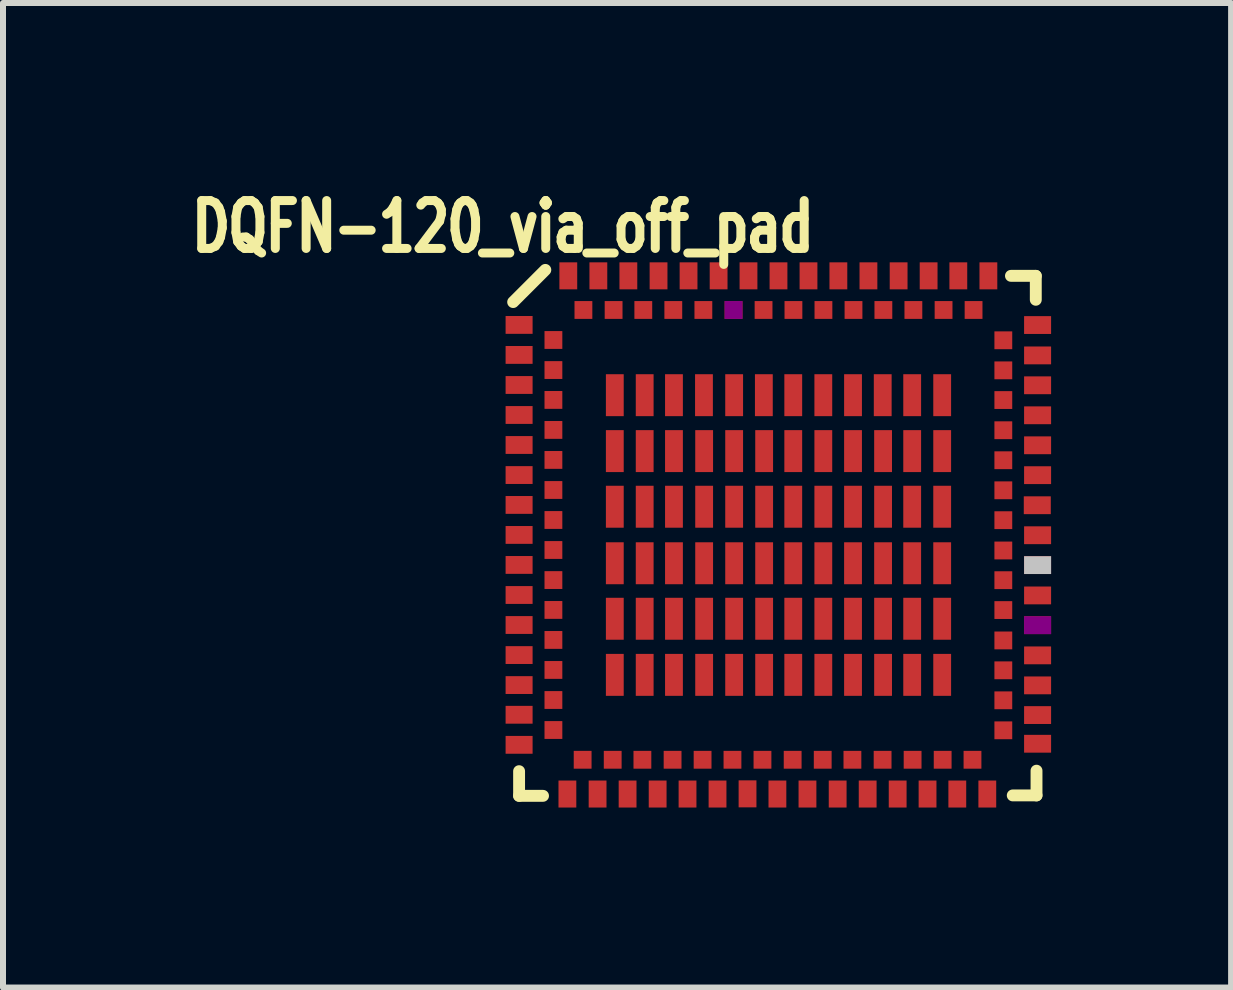
<source format=kicad_pcb>
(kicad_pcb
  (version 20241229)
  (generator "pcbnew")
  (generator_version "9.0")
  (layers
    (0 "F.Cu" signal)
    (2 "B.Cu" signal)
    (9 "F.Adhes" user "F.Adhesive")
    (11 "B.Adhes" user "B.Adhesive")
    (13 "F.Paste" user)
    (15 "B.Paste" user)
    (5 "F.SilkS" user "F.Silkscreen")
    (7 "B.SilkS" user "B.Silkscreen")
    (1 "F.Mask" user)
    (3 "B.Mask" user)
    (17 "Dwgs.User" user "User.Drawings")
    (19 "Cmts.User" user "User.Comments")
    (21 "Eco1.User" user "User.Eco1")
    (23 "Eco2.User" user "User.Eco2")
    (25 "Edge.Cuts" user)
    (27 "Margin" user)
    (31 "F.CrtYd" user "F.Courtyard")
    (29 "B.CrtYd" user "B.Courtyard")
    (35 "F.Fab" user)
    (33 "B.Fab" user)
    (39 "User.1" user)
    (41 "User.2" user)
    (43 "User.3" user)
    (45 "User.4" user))
  (footprint "DQFN-120_via_off_pad"
    (layer "F.Cu")
    (at 5.601 1.547)
    (property "Reference" "DQFN-120_via_off_pad" (at -0.269 -0.818 0) (layer "F.SilkS") (effects (font (size 0.798 0.599) (thickness 0.15))))
    (attr smd)
    (fp_line (start -0.099 0.437) (end 0.437 -0.099) (stroke (width 0.198) (type solid)) (layer "F.SilkS"))
    (fp_line (start 0 8.255) (end 0 8.666) (stroke (width 0.198) (type solid)) (layer "F.SilkS"))
    (fp_line (start 0 8.666) (end 0.399 8.666) (stroke (width 0.198) (type solid)) (layer "F.SilkS"))
    (fp_line (start 8.197 0) (end 8.611 0) (stroke (width 0.198) (type solid)) (layer "F.SilkS"))
    (fp_line (start 8.611 0) (end 8.611 0.399) (stroke (width 0.198) (type solid)) (layer "F.SilkS"))
    (fp_line (start 8.623 8.247) (end 8.623 8.659) (stroke (width 0.198) (type solid)) (layer "F.SilkS"))
    (fp_line (start 8.623 8.659) (end 8.227 8.659) (stroke (width 0.198) (type solid)) (layer "F.SilkS"))
    (pad "1" smd rect (at 0 0.818) (size 0.45 0.297) (layers "F.Cu" "F.Mask" "F.Paste"))
    (pad "2" smd rect (at 0.572 1.069) (size 0.297 0.297) (layers "F.Cu" "F.Mask" "F.Paste"))
    (pad "3" smd rect (at 0 1.318) (size 0.45 0.297) (layers "F.Cu" "F.Mask" "F.Paste"))
    (pad "4" smd rect (at 0.572 1.57) (size 0.297 0.297) (layers "F.Cu" "F.Mask" "F.Paste"))
    (pad "5" smd rect (at 0 1.819) (size 0.45 0.297) (layers "F.Cu" "F.Mask" "F.Paste"))
    (pad "6" smd rect (at 0.572 2.068) (size 0.297 0.297) (layers "F.Cu" "F.Mask" "F.Paste"))
    (pad "7" smd rect (at 0 2.319) (size 0.45 0.297) (layers "F.Cu" "F.Mask" "F.Paste"))
    (pad "8" smd rect (at 0.572 2.568) (size 0.297 0.297) (layers "F.Cu" "F.Mask" "F.Paste"))
    (pad "9" smd rect (at 0 2.819) (size 0.45 0.297) (layers "F.Cu" "F.Mask" "F.Paste"))
    (pad "10" smd rect (at 0.572 3.068) (size 0.297 0.297) (layers "F.Cu" "F.Mask" "F.Paste"))
    (pad "11" smd rect (at 0 3.32) (size 0.45 0.297) (layers "F.Cu" "F.Mask" "F.Paste"))
    (pad "12" smd rect (at 0.572 3.569) (size 0.297 0.297) (layers "F.Cu" "F.Mask" "F.Paste"))
    (pad "13" smd rect (at 0 3.818) (size 0.45 0.297) (layers "F.Cu" "F.Mask" "F.Paste"))
    (pad "14" smd rect (at 0.572 4.069) (size 0.297 0.297) (layers "F.Cu" "F.Mask" "F.Paste"))
    (pad "15" smd rect (at 0 4.318) (size 0.45 0.297) (layers "F.Cu" "F.Mask" "F.Paste"))
    (pad "16" smd rect (at 0.572 4.569) (size 0.297 0.297) (layers "F.Cu" "F.Mask" "F.Paste"))
    (pad "17" smd rect (at 0 4.818) (size 0.45 0.297) (layers "F.Cu" "F.Mask" "F.Paste"))
    (pad "18" smd rect (at 0.572 5.07) (size 0.297 0.297) (layers "F.Cu" "F.Mask" "F.Paste"))
    (pad "19" smd rect (at 0 5.319) (size 0.45 0.297) (layers "F.Cu" "F.Mask" "F.Paste"))
    (pad "20" smd rect (at 0.572 5.568) (size 0.297 0.297) (layers "F.Cu" "F.Mask" "F.Paste"))
    (pad "21" smd rect (at 0 5.819) (size 0.45 0.297) (layers "F.Cu" "F.Mask" "F.Paste"))
    (pad "22" smd rect (at 0.572 6.068) (size 0.297 0.297) (layers "F.Cu" "F.Mask" "F.Paste"))
    (pad "23" smd rect (at 0 6.32) (size 0.45 0.297) (layers "F.Cu" "F.Mask" "F.Paste"))
    (pad "24" smd rect (at 0.572 6.568) (size 0.297 0.297) (layers "F.Cu" "F.Mask" "F.Paste"))
    (pad "25" smd rect (at 0 6.82) (size 0.45 0.297) (layers "F.Cu" "F.Mask" "F.Paste"))
    (pad "26" smd rect (at 0.572 7.069) (size 0.297 0.297) (layers "F.Cu" "F.Mask" "F.Paste"))
    (pad "27" smd rect (at 0 7.315) (size 0.45 0.297) (layers "F.Cu" "F.Mask" "F.Paste"))
    (pad "28" smd rect (at 0.572 7.569) (size 0.297 0.297) (layers "F.Cu" "F.Mask" "F.Paste"))
    (pad "29" smd rect (at 0 7.816) (size 0.45 0.297) (layers "F.Cu" "F.Mask" "F.Paste"))
    (pad "30" smd rect (at 0.805 8.636 90) (size 0.45 0.297) (layers "F.Cu" "F.Mask" "F.Paste"))
    (pad "31" smd rect (at 1.059 8.065 90) (size 0.297 0.297) (layers "F.Cu" "F.Mask" "F.Paste"))
    (pad "32" smd rect (at 1.308 8.636 90) (size 0.45 0.297) (layers "F.Cu" "F.Mask" "F.Paste"))
    (pad "33" smd rect (at 1.56 8.065 90) (size 0.297 0.297) (layers "F.Cu" "F.Mask" "F.Paste"))
    (pad "34" smd rect (at 1.808 8.636 90) (size 0.45 0.297) (layers "F.Cu" "F.Mask" "F.Paste"))
    (pad "35" smd rect (at 2.055 8.065 90) (size 0.297 0.297) (layers "F.Cu" "F.Mask" "F.Paste"))
    (pad "36" smd rect (at 2.309 8.636 90) (size 0.45 0.297) (layers "F.Cu" "F.Mask" "F.Paste"))
    (pad "37" smd rect (at 2.558 8.065 90) (size 0.297 0.297) (layers "F.Cu" "F.Mask" "F.Paste"))
    (pad "38" smd rect (at 2.807 8.636 90) (size 0.45 0.297) (layers "F.Cu" "F.Mask" "F.Paste"))
    (pad "39" smd rect (at 3.058 8.065 90) (size 0.297 0.297) (layers "F.Cu" "F.Mask" "F.Paste"))
    (pad "40" smd rect (at 3.307 8.636 90) (size 0.45 0.297) (layers "F.Cu" "F.Mask" "F.Paste"))
    (pad "41" smd rect (at 3.556 8.065 90) (size 0.297 0.297) (layers "F.Cu" "F.Mask" "F.Paste"))
    (pad "42" smd rect (at 3.807 8.633 90) (size 0.45 0.297) (layers "F.Cu" "F.Mask" "F.Paste"))
    (pad "43" smd rect (at 4.056 8.065 90) (size 0.297 0.297) (layers "F.Cu" "F.Mask" "F.Paste"))
    (pad "44" smd rect (at 4.305 8.636 90) (size 0.45 0.297) (layers "F.Cu" "F.Mask" "F.Paste"))
    (pad "45" smd rect (at 4.559 8.065 90) (size 0.297 0.297) (layers "F.Cu" "F.Mask" "F.Paste"))
    (pad "46" smd rect (at 4.806 8.636 90) (size 0.45 0.297) (layers "F.Cu" "F.Mask" "F.Paste"))
    (pad "47" smd rect (at 5.06 8.065 90) (size 0.297 0.297) (layers "F.Cu" "F.Mask" "F.Paste"))
    (pad "48" smd rect (at 5.309 8.636 90) (size 0.45 0.297) (layers "F.Cu" "F.Mask" "F.Paste"))
    (pad "49" smd rect (at 5.555 8.065 90) (size 0.297 0.297) (layers "F.Cu" "F.Mask" "F.Paste"))
    (pad "50" smd rect (at 5.809 8.636 90) (size 0.45 0.297) (layers "F.Cu" "F.Mask" "F.Paste"))
    (pad "51" smd rect (at 6.058 8.065 90) (size 0.297 0.297) (layers "F.Cu" "F.Mask" "F.Paste"))
    (pad "52" smd rect (at 6.309 8.636 90) (size 0.45 0.297) (layers "F.Cu" "F.Mask" "F.Paste"))
    (pad "53" smd rect (at 6.558 8.065 90) (size 0.297 0.297) (layers "F.Cu" "F.Mask" "F.Paste"))
    (pad "54" smd rect (at 6.807 8.636 90) (size 0.45 0.297) (layers "F.Cu" "F.Mask" "F.Paste"))
    (pad "55" smd rect (at 7.059 8.065 90) (size 0.297 0.297) (layers "F.Cu" "F.Mask" "F.Paste"))
    (pad "56" smd rect (at 7.303 8.636 90) (size 0.45 0.297) (layers "F.Cu" "F.Mask" "F.Paste"))
    (pad "57" smd rect (at 7.556 8.065 90) (size 0.297 0.297) (layers "F.Cu" "F.Mask" "F.Paste"))
    (pad "58" smd rect (at 7.803 8.636 90) (size 0.45 0.297) (layers "F.Cu" "F.Mask" "F.Paste"))
    (pad "59" smd rect (at 8.641 7.798 180) (size 0.45 0.297) (layers "F.Cu" "F.Mask" "F.Paste"))
    (pad "60" smd rect (at 8.07 7.574 180) (size 0.297 0.297) (layers "F.Cu" "F.Mask" "F.Paste"))
    (pad "61" smd rect (at 8.641 7.32 180) (size 0.45 0.297) (layers "F.Cu" "F.Mask" "F.Paste"))
    (pad "62" smd rect (at 8.07 7.074 180) (size 0.297 0.297) (layers "F.Cu" "F.Mask" "F.Paste"))
    (pad "63" smd rect (at 8.641 6.825 180) (size 0.45 0.297) (layers "F.Cu" "F.Mask" "F.Paste"))
    (pad "64" smd rect (at 8.07 6.574 180) (size 0.297 0.297) (layers "F.Cu" "F.Mask" "F.Paste"))
    (pad "65" smd rect (at 8.641 6.325 180) (size 0.45 0.297) (layers "F.Cu" "F.Mask" "F.Paste"))
    (pad "66" smd rect (at 8.07 6.076 180) (size 0.297 0.297) (layers "F.Cu" "F.Mask" "F.Paste"))
    (pad "67" smd rect (at 8.641 5.822 180) (size 0.45 0.297) (layers "F.Cu" "F.Mask" "F.Adhes" "F.Paste"))
    (pad "68" smd rect (at 8.07 5.57 180) (size 0.297 0.297) (layers "F.Cu" "F.Mask" "F.Paste"))
    (pad "69" smd rect (at 8.641 5.326 180) (size 0.45 0.297) (layers "F.Cu" "F.Mask" "F.Paste"))
    (pad "70" smd rect (at 8.07 5.072 180) (size 0.297 0.297) (layers "F.Cu" "F.Mask" "F.Paste"))
    (pad "71" smd rect (at 8.641 4.821 180) (size 0.45 0.297) (layers "F.Cu" "F.Mask" "F.Paste" "Dwgs.User"))
    (pad "72" smd rect (at 8.07 4.577 180) (size 0.297 0.297) (layers "F.Cu" "F.Mask" "F.Paste"))
    (pad "73" smd rect (at 8.641 4.323 180) (size 0.45 0.297) (layers "F.Cu" "F.Mask" "F.Paste"))
    (pad "74" smd rect (at 8.07 4.072 180) (size 0.297 0.297) (layers "F.Cu" "F.Mask" "F.Paste"))
    (pad "75" smd rect (at 8.636 3.823 180) (size 0.45 0.297) (layers "F.Cu" "F.Mask" "F.Paste"))
    (pad "76" smd rect (at 8.07 3.574 180) (size 0.297 0.297) (layers "F.Cu" "F.Mask" "F.Paste"))
    (pad "77" smd rect (at 8.641 3.322 180) (size 0.45 0.297) (layers "F.Cu" "F.Mask" "F.Paste"))
    (pad "78" smd rect (at 8.07 3.073 180) (size 0.297 0.297) (layers "F.Cu" "F.Mask" "F.Paste"))
    (pad "79" smd rect (at 8.641 2.824 180) (size 0.45 0.297) (layers "F.Cu" "F.Mask" "F.Paste"))
    (pad "80" smd rect (at 8.07 2.573 180) (size 0.297 0.297) (layers "F.Cu" "F.Mask" "F.Paste"))
    (pad "81" smd rect (at 8.641 2.324 180) (size 0.45 0.297) (layers "F.Cu" "F.Mask" "F.Paste"))
    (pad "82" smd rect (at 8.07 2.07 180) (size 0.297 0.297) (layers "F.Cu" "F.Mask" "F.Paste"))
    (pad "83" smd rect (at 8.641 1.824 180) (size 0.45 0.297) (layers "F.Cu" "F.Mask" "F.Paste"))
    (pad "84" smd rect (at 8.07 1.575 180) (size 0.297 0.297) (layers "F.Cu" "F.Mask" "F.Paste"))
    (pad "85" smd rect (at 8.641 1.326 180) (size 0.45 0.297) (layers "F.Cu" "F.Mask" "F.Paste"))
    (pad "86" smd rect (at 8.07 1.074 180) (size 0.297 0.297) (layers "F.Cu" "F.Mask" "F.Paste"))
    (pad "87" smd rect (at 8.641 0.82 180) (size 0.45 0.297) (layers "F.Cu" "F.Mask" "F.Paste"))
    (pad "88" smd rect (at 7.821 0 270) (size 0.45 0.297) (layers "F.Cu" "F.Mask" "F.Paste"))
    (pad "89" smd rect (at 7.574 0.569 270) (size 0.297 0.297) (layers "F.Cu" "F.Mask" "F.Paste"))
    (pad "90" smd rect (at 7.32 0 270) (size 0.45 0.297) (layers "F.Cu" "F.Mask" "F.Paste"))
    (pad "91" smd rect (at 7.074 0.569 270) (size 0.297 0.297) (layers "F.Cu" "F.Mask" "F.Paste"))
    (pad "92" smd rect (at 6.825 0 270) (size 0.45 0.297) (layers "F.Cu" "F.Mask" "F.Paste"))
    (pad "93" smd rect (at 6.571 0.569 270) (size 0.297 0.297) (layers "F.Cu" "F.Mask" "F.Paste"))
    (pad "94" smd rect (at 6.325 0 270) (size 0.45 0.297) (layers "F.Cu" "F.Mask" "F.Paste"))
    (pad "95" smd rect (at 6.071 0.569 270) (size 0.297 0.297) (layers "F.Cu" "F.Mask" "F.Paste"))
    (pad "96" smd rect (at 5.822 0 270) (size 0.45 0.297) (layers "F.Cu" "F.Mask" "F.Paste"))
    (pad "97" smd rect (at 5.573 0.569 270) (size 0.297 0.297) (layers "F.Cu" "F.Mask" "F.Paste"))
    (pad "98" smd rect (at 5.321 0 270) (size 0.45 0.297) (layers "F.Cu" "F.Mask" "F.Paste"))
    (pad "99" smd rect (at 5.072 0.569 270) (size 0.297 0.297) (layers "F.Cu" "F.Mask" "F.Paste"))
    (pad "100" smd rect (at 4.823 0 270) (size 0.45 0.297) (layers "F.Cu" "F.Mask" "F.Paste"))
    (pad "101" smd rect (at 4.572 0.569 270) (size 0.297 0.297) (layers "F.Cu" "F.Mask" "F.Paste"))
    (pad "102" smd rect (at 4.323 0 270) (size 0.45 0.297) (layers "F.Cu" "F.Mask" "F.Paste"))
    (pad "103" smd rect (at 4.074 0.569 270) (size 0.297 0.297) (layers "F.Cu" "F.Mask" "F.Paste"))
    (pad "104" smd rect (at 3.823 0 270) (size 0.45 0.297) (layers "F.Cu" "F.Mask" "F.Paste"))
    (pad "105" smd rect (at 3.574 0.569 270) (size 0.297 0.297) (layers "F.Cu" "F.Mask" "F.Adhes" "F.Paste"))
    (pad "106" smd rect (at 3.325 0 270) (size 0.45 0.297) (layers "F.Cu" "F.Mask" "F.Paste"))
    (pad "107" smd rect (at 3.071 0.569 270) (size 0.297 0.297) (layers "F.Cu" "F.Mask" "F.Paste"))
    (pad "108" smd rect (at 2.824 0 270) (size 0.45 0.297) (layers "F.Cu" "F.Mask" "F.Paste"))
    (pad "109" smd rect (at 2.57 0.569 270) (size 0.297 0.297) (layers "F.Cu" "F.Mask" "F.Paste"))
    (pad "110" smd rect (at 2.324 0 270) (size 0.45 0.297) (layers "F.Cu" "F.Mask" "F.Paste"))
    (pad "111" smd rect (at 2.07 0.569 270) (size 0.297 0.297) (layers "F.Cu" "F.Mask" "F.Paste"))
    (pad "112" smd rect (at 1.821 0 270) (size 0.45 0.297) (layers "F.Cu" "F.Mask" "F.Paste"))
    (pad "113" smd rect (at 1.575 0.569 270) (size 0.297 0.297) (layers "F.Cu" "F.Mask" "F.Paste"))
    (pad "114" smd rect (at 1.321 0 270) (size 0.45 0.297) (layers "F.Cu" "F.Mask" "F.Paste"))
    (pad "115" smd rect (at 1.072 0.569 270) (size 0.297 0.297) (layers "F.Cu" "F.Mask" "F.Paste"))
    (pad "116" smd rect (at 0.82 0) (size 0.297 0.45) (layers "F.Cu" "F.Mask" "F.Paste"))
    (pad "117" smd rect (at 1.595 1.989) (size 0.297 0.699) (layers "F.Cu" "F.Mask" "F.Paste"))
    (pad "117" smd rect (at 1.595 2.921) (size 0.297 0.699) (layers "F.Cu" "F.Mask" "F.Paste"))
    (pad "117" smd rect (at 1.595 3.848) (size 0.297 0.699) (layers "F.Cu" "F.Mask" "F.Paste"))
    (pad "117" smd rect (at 1.595 4.79) (size 0.297 0.699) (layers "F.Cu" "F.Mask" "F.Paste"))
    (pad "117" smd rect (at 1.595 5.715) (size 0.297 0.699) (layers "F.Cu" "F.Mask" "F.Paste"))
    (pad "117" smd rect (at 1.595 6.65) (size 0.297 0.699) (layers "F.Cu" "F.Mask" "F.Paste"))
    (pad "117" smd rect (at 2.093 1.989) (size 0.297 0.699) (layers "F.Cu" "F.Mask" "F.Paste"))
    (pad "117" smd rect (at 2.093 2.921) (size 0.297 0.699) (layers "F.Cu" "F.Mask" "F.Paste"))
    (pad "117" smd rect (at 2.093 3.848) (size 0.297 0.699) (layers "F.Cu" "F.Mask" "F.Paste"))
    (pad "117" smd rect (at 2.093 4.79) (size 0.297 0.699) (layers "F.Cu" "F.Mask" "F.Paste"))
    (pad "117" smd rect (at 2.093 5.715) (size 0.297 0.699) (layers "F.Cu" "F.Mask" "F.Paste"))
    (pad "117" smd rect (at 2.093 6.65) (size 0.297 0.699) (layers "F.Cu" "F.Mask" "F.Paste"))
    (pad "117" smd rect (at 2.581 1.989) (size 0.297 0.699) (layers "F.Cu" "F.Mask" "F.Paste"))
    (pad "117" smd rect (at 2.581 2.921) (size 0.297 0.699) (layers "F.Cu" "F.Mask" "F.Paste"))
    (pad "117" smd rect (at 2.581 3.848) (size 0.297 0.699) (layers "F.Cu" "F.Mask" "F.Paste"))
    (pad "117" smd rect (at 2.581 4.79) (size 0.297 0.699) (layers "F.Cu" "F.Mask" "F.Paste"))
    (pad "117" smd rect (at 2.581 5.715) (size 0.297 0.699) (layers "F.Cu" "F.Mask" "F.Paste"))
    (pad "117" smd rect (at 2.581 6.65) (size 0.297 0.699) (layers "F.Cu" "F.Mask" "F.Paste"))
    (pad "117" smd rect (at 3.081 1.989) (size 0.297 0.699) (layers "F.Cu" "F.Mask" "F.Paste"))
    (pad "117" smd rect (at 3.084 2.921) (size 0.297 0.699) (layers "F.Cu" "F.Mask" "F.Paste"))
    (pad "117" smd rect (at 3.084 3.848) (size 0.297 0.699) (layers "F.Cu" "F.Mask" "F.Paste"))
    (pad "117" smd rect (at 3.084 4.79) (size 0.297 0.699) (layers "F.Cu" "F.Mask" "F.Paste"))
    (pad "117" smd rect (at 3.084 5.715) (size 0.297 0.699) (layers "F.Cu" "F.Mask" "F.Paste"))
    (pad "117" smd rect (at 3.084 6.65) (size 0.297 0.699) (layers "F.Cu" "F.Mask" "F.Paste"))
    (pad "117" smd rect (at 3.584 1.989) (size 0.297 0.699) (layers "F.Cu" "F.Mask" "F.Paste"))
    (pad "117" smd rect (at 3.584 2.921) (size 0.297 0.699) (layers "F.Cu" "F.Mask" "F.Paste"))
    (pad "117" smd rect (at 3.584 3.848) (size 0.297 0.699) (layers "F.Cu" "F.Mask" "F.Paste"))
    (pad "117" smd rect (at 3.584 4.79) (size 0.297 0.699) (layers "F.Cu" "F.Mask" "F.Paste"))
    (pad "117" smd rect (at 3.584 5.715) (size 0.297 0.699) (layers "F.Cu" "F.Mask" "F.Paste"))
    (pad "117" smd rect (at 3.584 6.65) (size 0.297 0.699) (layers "F.Cu" "F.Mask" "F.Paste"))
    (pad "117" smd rect (at 4.079 1.989) (size 0.297 0.699) (layers "F.Cu" "F.Mask" "F.Paste"))
    (pad "117" smd rect (at 4.084 2.921) (size 0.297 0.699) (layers "F.Cu" "F.Mask" "F.Paste"))
    (pad "117" smd rect (at 4.084 3.848) (size 0.297 0.699) (layers "F.Cu" "F.Mask" "F.Paste"))
    (pad "117" smd rect (at 4.084 4.79) (size 0.297 0.699) (layers "F.Cu" "F.Mask" "F.Paste"))
    (pad "117" smd rect (at 4.084 5.715) (size 0.297 0.699) (layers "F.Cu" "F.Mask" "F.Paste"))
    (pad "117" smd rect (at 4.084 6.65) (size 0.297 0.699) (layers "F.Cu" "F.Mask" "F.Paste"))
    (pad "117" smd rect (at 4.569 1.989) (size 0.297 0.699) (layers "F.Cu" "F.Mask" "F.Paste"))
    (pad "117" smd rect (at 4.569 2.921) (size 0.297 0.699) (layers "F.Cu" "F.Mask" "F.Paste"))
    (pad "117" smd rect (at 4.569 3.848) (size 0.297 0.699) (layers "F.Cu" "F.Mask" "F.Paste"))
    (pad "117" smd rect (at 4.569 4.79) (size 0.297 0.699) (layers "F.Cu" "F.Mask" "F.Paste"))
    (pad "117" smd rect (at 4.569 5.715) (size 0.297 0.699) (layers "F.Cu" "F.Mask" "F.Paste"))
    (pad "117" smd rect (at 4.569 6.65) (size 0.297 0.699) (layers "F.Cu" "F.Mask" "F.Paste"))
    (pad "117" smd rect (at 5.07 1.989) (size 0.297 0.699) (layers "F.Cu" "F.Mask" "F.Paste"))
    (pad "117" smd rect (at 5.07 2.921) (size 0.297 0.699) (layers "F.Cu" "F.Mask" "F.Paste"))
    (pad "117" smd rect (at 5.07 3.848) (size 0.297 0.699) (layers "F.Cu" "F.Mask" "F.Paste"))
    (pad "117" smd rect (at 5.07 4.79) (size 0.297 0.699) (layers "F.Cu" "F.Mask" "F.Paste"))
    (pad "117" smd rect (at 5.07 5.715) (size 0.297 0.699) (layers "F.Cu" "F.Mask" "F.Paste"))
    (pad "117" smd rect (at 5.07 6.65) (size 0.297 0.699) (layers "F.Cu" "F.Mask" "F.Paste"))
    (pad "117" smd rect (at 5.565 1.989) (size 0.297 0.699) (layers "F.Cu" "F.Mask" "F.Paste"))
    (pad "117" smd rect (at 5.565 2.921) (size 0.297 0.699) (layers "F.Cu" "F.Mask" "F.Paste"))
    (pad "117" smd rect (at 5.565 3.848) (size 0.297 0.699) (layers "F.Cu" "F.Mask" "F.Paste"))
    (pad "117" smd rect (at 5.565 4.79) (size 0.297 0.699) (layers "F.Cu" "F.Mask" "F.Paste"))
    (pad "117" smd rect (at 5.565 5.715) (size 0.297 0.699) (layers "F.Cu" "F.Mask" "F.Paste"))
    (pad "117" smd rect (at 5.565 6.65) (size 0.297 0.699) (layers "F.Cu" "F.Mask" "F.Paste"))
    (pad "117" smd rect (at 6.06 1.989) (size 0.297 0.699) (layers "F.Cu" "F.Mask" "F.Paste"))
    (pad "117" smd rect (at 6.066 2.921) (size 0.297 0.699) (layers "F.Cu" "F.Mask" "F.Paste"))
    (pad "117" smd rect (at 6.066 3.848) (size 0.297 0.699) (layers "F.Cu" "F.Mask" "F.Paste"))
    (pad "117" smd rect (at 6.066 4.79) (size 0.297 0.699) (layers "F.Cu" "F.Mask" "F.Paste"))
    (pad "117" smd rect (at 6.066 5.715) (size 0.297 0.699) (layers "F.Cu" "F.Mask" "F.Paste"))
    (pad "117" smd rect (at 6.066 6.65) (size 0.297 0.699) (layers "F.Cu" "F.Mask" "F.Paste"))
    (pad "117" smd rect (at 6.551 1.989) (size 0.297 0.699) (layers "F.Cu" "F.Mask" "F.Paste"))
    (pad "117" smd rect (at 6.551 2.921) (size 0.297 0.699) (layers "F.Cu" "F.Mask" "F.Paste"))
    (pad "117" smd rect (at 6.551 3.848) (size 0.297 0.699) (layers "F.Cu" "F.Mask" "F.Paste"))
    (pad "117" smd rect (at 6.551 4.79) (size 0.297 0.699) (layers "F.Cu" "F.Mask" "F.Paste"))
    (pad "117" smd rect (at 6.551 5.715) (size 0.297 0.699) (layers "F.Cu" "F.Mask" "F.Paste"))
    (pad "117" smd rect (at 6.551 6.65) (size 0.297 0.699) (layers "F.Cu" "F.Mask" "F.Paste"))
    (pad "117" smd rect (at 7.051 1.989) (size 0.297 0.699) (layers "F.Cu" "F.Mask" "F.Paste"))
    (pad "117" smd rect (at 7.051 2.921) (size 0.297 0.699) (layers "F.Cu" "F.Mask" "F.Paste"))
    (pad "117" smd rect (at 7.051 3.848) (size 0.297 0.699) (layers "F.Cu" "F.Mask" "F.Paste"))
    (pad "117" smd rect (at 7.051 4.79) (size 0.297 0.699) (layers "F.Cu" "F.Mask" "F.Paste"))
    (pad "117" smd rect (at 7.051 5.715) (size 0.297 0.699) (layers "F.Cu" "F.Mask" "F.Paste"))
    (pad "117" smd rect (at 7.051 6.65) (size 0.297 0.699) (layers "F.Cu" "F.Mask" "F.Paste")))
  (gr_rect
    (start -3 -3)
    (end 17.467 13.408)
    (stroke (width 0.1) (type default))
    (fill no)
    (layer "Edge.Cuts")))
</source>
